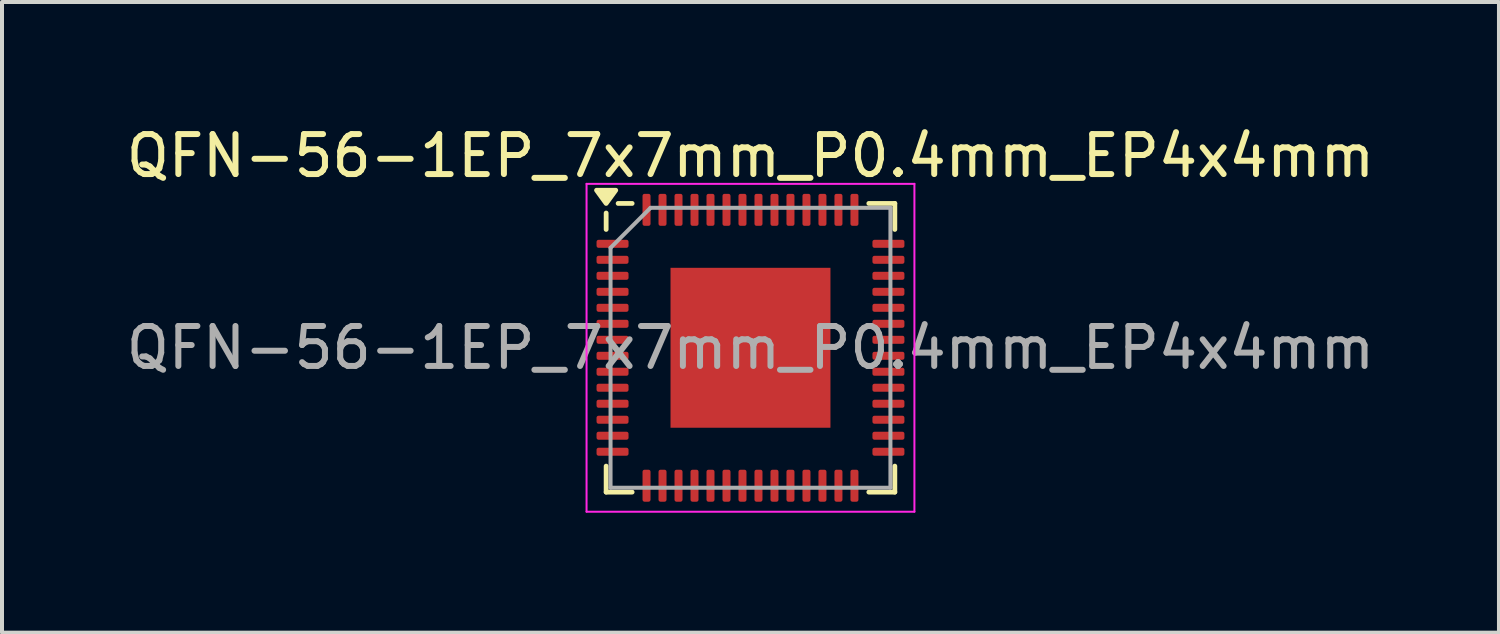
<source format=kicad_pcb>
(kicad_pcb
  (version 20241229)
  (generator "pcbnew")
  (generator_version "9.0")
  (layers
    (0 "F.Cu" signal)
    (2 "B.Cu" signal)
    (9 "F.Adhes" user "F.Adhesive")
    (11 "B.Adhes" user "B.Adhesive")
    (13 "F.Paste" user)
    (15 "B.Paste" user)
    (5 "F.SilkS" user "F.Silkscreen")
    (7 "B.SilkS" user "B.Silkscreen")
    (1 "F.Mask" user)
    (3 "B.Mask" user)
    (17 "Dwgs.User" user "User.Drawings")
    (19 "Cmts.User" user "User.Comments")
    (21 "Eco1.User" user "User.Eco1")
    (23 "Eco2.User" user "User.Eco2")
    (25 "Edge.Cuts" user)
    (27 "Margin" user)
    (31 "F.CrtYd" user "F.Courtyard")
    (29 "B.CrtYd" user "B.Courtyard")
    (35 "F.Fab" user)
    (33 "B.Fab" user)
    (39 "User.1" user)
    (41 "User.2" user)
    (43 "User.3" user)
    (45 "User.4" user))
  (footprint "QFN-56-1EP_7x7mm_P0.4mm_EP4x4mm"
    (layer "F.Cu")
    (at 15.72 5.648)
    (property "Reference" "QFN-56-1EP_7x7mm_P0.4mm_EP4x4mm" (at 0 -4.8 0) (layer "F.SilkS") (effects (font (size 1 1) (thickness 0.15))))
    (attr smd)
    (fp_line (start -3.61 -2.96) (end -3.61 -3.37) (stroke (width 0.12) (type solid)) (layer "F.SilkS"))
    (fp_line (start -3.61 3.61) (end -3.61 2.96) (stroke (width 0.12) (type solid)) (layer "F.SilkS"))
    (fp_line (start -2.96 -3.61) (end -3.31 -3.61) (stroke (width 0.12) (type solid)) (layer "F.SilkS"))
    (fp_line (start -2.96 3.61) (end -3.61 3.61) (stroke (width 0.12) (type solid)) (layer "F.SilkS"))
    (fp_line (start 2.96 -3.61) (end 3.61 -3.61) (stroke (width 0.12) (type solid)) (layer "F.SilkS"))
    (fp_line (start 2.96 3.61) (end 3.61 3.61) (stroke (width 0.12) (type solid)) (layer "F.SilkS"))
    (fp_line (start 3.61 -3.61) (end 3.61 -2.96) (stroke (width 0.12) (type solid)) (layer "F.SilkS"))
    (fp_line (start 3.61 3.61) (end 3.61 2.96) (stroke (width 0.12) (type solid)) (layer "F.SilkS"))
    (fp_poly (pts (xy -3.61 -3.61) (xy -3.85 -3.94) (xy -3.37 -3.94) (xy -3.61 -3.61)) (stroke (width 0.12) (type solid)) (fill yes) (layer "F.SilkS"))
    (fp_line (start -4.1 -4.1) (end -4.1 4.1) (stroke (width 0.05) (type solid)) (layer "F.CrtYd"))
    (fp_line (start -4.1 4.1) (end 4.1 4.1) (stroke (width 0.05) (type solid)) (layer "F.CrtYd"))
    (fp_line (start 4.1 -4.1) (end -4.1 -4.1) (stroke (width 0.05) (type solid)) (layer "F.CrtYd"))
    (fp_line (start 4.1 4.1) (end 4.1 -4.1) (stroke (width 0.05) (type solid)) (layer "F.CrtYd"))
    (fp_line (start -3.5 -2.5) (end -2.5 -3.5) (stroke (width 0.1) (type solid)) (layer "F.Fab"))
    (fp_line (start -3.5 3.5) (end -3.5 -2.5) (stroke (width 0.1) (type solid)) (layer "F.Fab"))
    (fp_line (start -2.5 -3.5) (end 3.5 -3.5) (stroke (width 0.1) (type solid)) (layer "F.Fab"))
    (fp_line (start 3.5 -3.5) (end 3.5 3.5) (stroke (width 0.1) (type solid)) (layer "F.Fab"))
    (fp_line (start 3.5 3.5) (end -3.5 3.5) (stroke (width 0.1) (type solid)) (layer "F.Fab"))
    (fp_text user "${REFERENCE}" (at 0 0 0) (layer "F.Fab") (effects (font (size 1 1) (thickness 0.15))))
    (pad "" smd roundrect (at -1.33 -1.33) (size 1.07 1.07) (layers "F.Paste") (roundrect_rratio 0.234))
    (pad "" smd roundrect (at -1.33 0) (size 1.07 1.07) (layers "F.Paste") (roundrect_rratio 0.234))
    (pad "" smd roundrect (at -1.33 1.33) (size 1.07 1.07) (layers "F.Paste") (roundrect_rratio 0.234))
    (pad "" smd roundrect (at 0 -1.33) (size 1.07 1.07) (layers "F.Paste") (roundrect_rratio 0.234))
    (pad "" smd roundrect (at 0 0) (size 1.07 1.07) (layers "F.Paste") (roundrect_rratio 0.234))
    (pad "" smd roundrect (at 0 1.33) (size 1.07 1.07) (layers "F.Paste") (roundrect_rratio 0.234))
    (pad "" smd roundrect (at 1.33 -1.33) (size 1.07 1.07) (layers "F.Paste") (roundrect_rratio 0.234))
    (pad "" smd roundrect (at 1.33 0) (size 1.07 1.07) (layers "F.Paste") (roundrect_rratio 0.234))
    (pad "" smd roundrect (at 1.33 1.33) (size 1.07 1.07) (layers "F.Paste") (roundrect_rratio 0.234))
    (pad "1" smd roundrect (at -3.45 -2.6) (size 0.8 0.2) (layers "F.Cu" "F.Mask" "F.Paste") (roundrect_rratio 0.25))
    (pad "2" smd roundrect (at -3.45 -2.2) (size 0.8 0.2) (layers "F.Cu" "F.Mask" "F.Paste") (roundrect_rratio 0.25))
    (pad "3" smd roundrect (at -3.45 -1.8) (size 0.8 0.2) (layers "F.Cu" "F.Mask" "F.Paste") (roundrect_rratio 0.25))
    (pad "4" smd roundrect (at -3.45 -1.4) (size 0.8 0.2) (layers "F.Cu" "F.Mask" "F.Paste") (roundrect_rratio 0.25))
    (pad "5" smd roundrect (at -3.45 -1) (size 0.8 0.2) (layers "F.Cu" "F.Mask" "F.Paste") (roundrect_rratio 0.25))
    (pad "6" smd roundrect (at -3.45 -0.6) (size 0.8 0.2) (layers "F.Cu" "F.Mask" "F.Paste") (roundrect_rratio 0.25))
    (pad "7" smd roundrect (at -3.45 -0.2) (size 0.8 0.2) (layers "F.Cu" "F.Mask" "F.Paste") (roundrect_rratio 0.25))
    (pad "8" smd roundrect (at -3.45 0.2) (size 0.8 0.2) (layers "F.Cu" "F.Mask" "F.Paste") (roundrect_rratio 0.25))
    (pad "9" smd roundrect (at -3.45 0.6) (size 0.8 0.2) (layers "F.Cu" "F.Mask" "F.Paste") (roundrect_rratio 0.25))
    (pad "10" smd roundrect (at -3.45 1) (size 0.8 0.2) (layers "F.Cu" "F.Mask" "F.Paste") (roundrect_rratio 0.25))
    (pad "11" smd roundrect (at -3.45 1.4) (size 0.8 0.2) (layers "F.Cu" "F.Mask" "F.Paste") (roundrect_rratio 0.25))
    (pad "12" smd roundrect (at -3.45 1.8) (size 0.8 0.2) (layers "F.Cu" "F.Mask" "F.Paste") (roundrect_rratio 0.25))
    (pad "13" smd roundrect (at -3.45 2.2) (size 0.8 0.2) (layers "F.Cu" "F.Mask" "F.Paste") (roundrect_rratio 0.25))
    (pad "14" smd roundrect (at -3.45 2.6) (size 0.8 0.2) (layers "F.Cu" "F.Mask" "F.Paste") (roundrect_rratio 0.25))
    (pad "15" smd roundrect (at -2.6 3.45) (size 0.2 0.8) (layers "F.Cu" "F.Mask" "F.Paste") (roundrect_rratio 0.25))
    (pad "16" smd roundrect (at -2.2 3.45) (size 0.2 0.8) (layers "F.Cu" "F.Mask" "F.Paste") (roundrect_rratio 0.25))
    (pad "17" smd roundrect (at -1.8 3.45) (size 0.2 0.8) (layers "F.Cu" "F.Mask" "F.Paste") (roundrect_rratio 0.25))
    (pad "18" smd roundrect (at -1.4 3.45) (size 0.2 0.8) (layers "F.Cu" "F.Mask" "F.Paste") (roundrect_rratio 0.25))
    (pad "19" smd roundrect (at -1 3.45) (size 0.2 0.8) (layers "F.Cu" "F.Mask" "F.Paste") (roundrect_rratio 0.25))
    (pad "20" smd roundrect (at -0.6 3.45) (size 0.2 0.8) (layers "F.Cu" "F.Mask" "F.Paste") (roundrect_rratio 0.25))
    (pad "21" smd roundrect (at -0.2 3.45) (size 0.2 0.8) (layers "F.Cu" "F.Mask" "F.Paste") (roundrect_rratio 0.25))
    (pad "22" smd roundrect (at 0.2 3.45) (size 0.2 0.8) (layers "F.Cu" "F.Mask" "F.Paste") (roundrect_rratio 0.25))
    (pad "23" smd roundrect (at 0.6 3.45) (size 0.2 0.8) (layers "F.Cu" "F.Mask" "F.Paste") (roundrect_rratio 0.25))
    (pad "24" smd roundrect (at 1 3.45) (size 0.2 0.8) (layers "F.Cu" "F.Mask" "F.Paste") (roundrect_rratio 0.25))
    (pad "25" smd roundrect (at 1.4 3.45) (size 0.2 0.8) (layers "F.Cu" "F.Mask" "F.Paste") (roundrect_rratio 0.25))
    (pad "26" smd roundrect (at 1.8 3.45) (size 0.2 0.8) (layers "F.Cu" "F.Mask" "F.Paste") (roundrect_rratio 0.25))
    (pad "27" smd roundrect (at 2.2 3.45) (size 0.2 0.8) (layers "F.Cu" "F.Mask" "F.Paste") (roundrect_rratio 0.25))
    (pad "28" smd roundrect (at 2.6 3.45) (size 0.2 0.8) (layers "F.Cu" "F.Mask" "F.Paste") (roundrect_rratio 0.25))
    (pad "29" smd roundrect (at 3.45 2.6) (size 0.8 0.2) (layers "F.Cu" "F.Mask" "F.Paste") (roundrect_rratio 0.25))
    (pad "30" smd roundrect (at 3.45 2.2) (size 0.8 0.2) (layers "F.Cu" "F.Mask" "F.Paste") (roundrect_rratio 0.25))
    (pad "31" smd roundrect (at 3.45 1.8) (size 0.8 0.2) (layers "F.Cu" "F.Mask" "F.Paste") (roundrect_rratio 0.25))
    (pad "32" smd roundrect (at 3.45 1.4) (size 0.8 0.2) (layers "F.Cu" "F.Mask" "F.Paste") (roundrect_rratio 0.25))
    (pad "33" smd roundrect (at 3.45 1) (size 0.8 0.2) (layers "F.Cu" "F.Mask" "F.Paste") (roundrect_rratio 0.25))
    (pad "34" smd roundrect (at 3.45 0.6) (size 0.8 0.2) (layers "F.Cu" "F.Mask" "F.Paste") (roundrect_rratio 0.25))
    (pad "35" smd roundrect (at 3.45 0.2) (size 0.8 0.2) (layers "F.Cu" "F.Mask" "F.Paste") (roundrect_rratio 0.25))
    (pad "36" smd roundrect (at 3.45 -0.2) (size 0.8 0.2) (layers "F.Cu" "F.Mask" "F.Paste") (roundrect_rratio 0.25))
    (pad "37" smd roundrect (at 3.45 -0.6) (size 0.8 0.2) (layers "F.Cu" "F.Mask" "F.Paste") (roundrect_rratio 0.25))
    (pad "38" smd roundrect (at 3.45 -1) (size 0.8 0.2) (layers "F.Cu" "F.Mask" "F.Paste") (roundrect_rratio 0.25))
    (pad "39" smd roundrect (at 3.45 -1.4) (size 0.8 0.2) (layers "F.Cu" "F.Mask" "F.Paste") (roundrect_rratio 0.25))
    (pad "40" smd roundrect (at 3.45 -1.8) (size 0.8 0.2) (layers "F.Cu" "F.Mask" "F.Paste") (roundrect_rratio 0.25))
    (pad "41" smd roundrect (at 3.45 -2.2) (size 0.8 0.2) (layers "F.Cu" "F.Mask" "F.Paste") (roundrect_rratio 0.25))
    (pad "42" smd roundrect (at 3.45 -2.6) (size 0.8 0.2) (layers "F.Cu" "F.Mask" "F.Paste") (roundrect_rratio 0.25))
    (pad "43" smd roundrect (at 2.6 -3.45) (size 0.2 0.8) (layers "F.Cu" "F.Mask" "F.Paste") (roundrect_rratio 0.25))
    (pad "44" smd roundrect (at 2.2 -3.45) (size 0.2 0.8) (layers "F.Cu" "F.Mask" "F.Paste") (roundrect_rratio 0.25))
    (pad "45" smd roundrect (at 1.8 -3.45) (size 0.2 0.8) (layers "F.Cu" "F.Mask" "F.Paste") (roundrect_rratio 0.25))
    (pad "46" smd roundrect (at 1.4 -3.45) (size 0.2 0.8) (layers "F.Cu" "F.Mask" "F.Paste") (roundrect_rratio 0.25))
    (pad "47" smd roundrect (at 1 -3.45) (size 0.2 0.8) (layers "F.Cu" "F.Mask" "F.Paste") (roundrect_rratio 0.25))
    (pad "48" smd roundrect (at 0.6 -3.45) (size 0.2 0.8) (layers "F.Cu" "F.Mask" "F.Paste") (roundrect_rratio 0.25))
    (pad "49" smd roundrect (at 0.2 -3.45) (size 0.2 0.8) (layers "F.Cu" "F.Mask" "F.Paste") (roundrect_rratio 0.25))
    (pad "50" smd roundrect (at -0.2 -3.45) (size 0.2 0.8) (layers "F.Cu" "F.Mask" "F.Paste") (roundrect_rratio 0.25))
    (pad "51" smd roundrect (at -0.6 -3.45) (size 0.2 0.8) (layers "F.Cu" "F.Mask" "F.Paste") (roundrect_rratio 0.25))
    (pad "52" smd roundrect (at -1 -3.45) (size 0.2 0.8) (layers "F.Cu" "F.Mask" "F.Paste") (roundrect_rratio 0.25))
    (pad "53" smd roundrect (at -1.4 -3.45) (size 0.2 0.8) (layers "F.Cu" "F.Mask" "F.Paste") (roundrect_rratio 0.25))
    (pad "54" smd roundrect (at -1.8 -3.45) (size 0.2 0.8) (layers "F.Cu" "F.Mask" "F.Paste") (roundrect_rratio 0.25))
    (pad "55" smd roundrect (at -2.2 -3.45) (size 0.2 0.8) (layers "F.Cu" "F.Mask" "F.Paste") (roundrect_rratio 0.25))
    (pad "56" smd roundrect (at -2.6 -3.45) (size 0.2 0.8) (layers "F.Cu" "F.Mask" "F.Paste") (roundrect_rratio 0.25))
    (pad "57" smd rect (at 0 0) (size 4 4) (property pad_prop_heatsink) (layers "F.Cu" "F.Mask")))
  (gr_rect
    (start -3 -3)
    (end 34.44 12.773)
    (stroke (width 0.1) (type default))
    (fill no)
    (layer "Edge.Cuts")))
</source>
